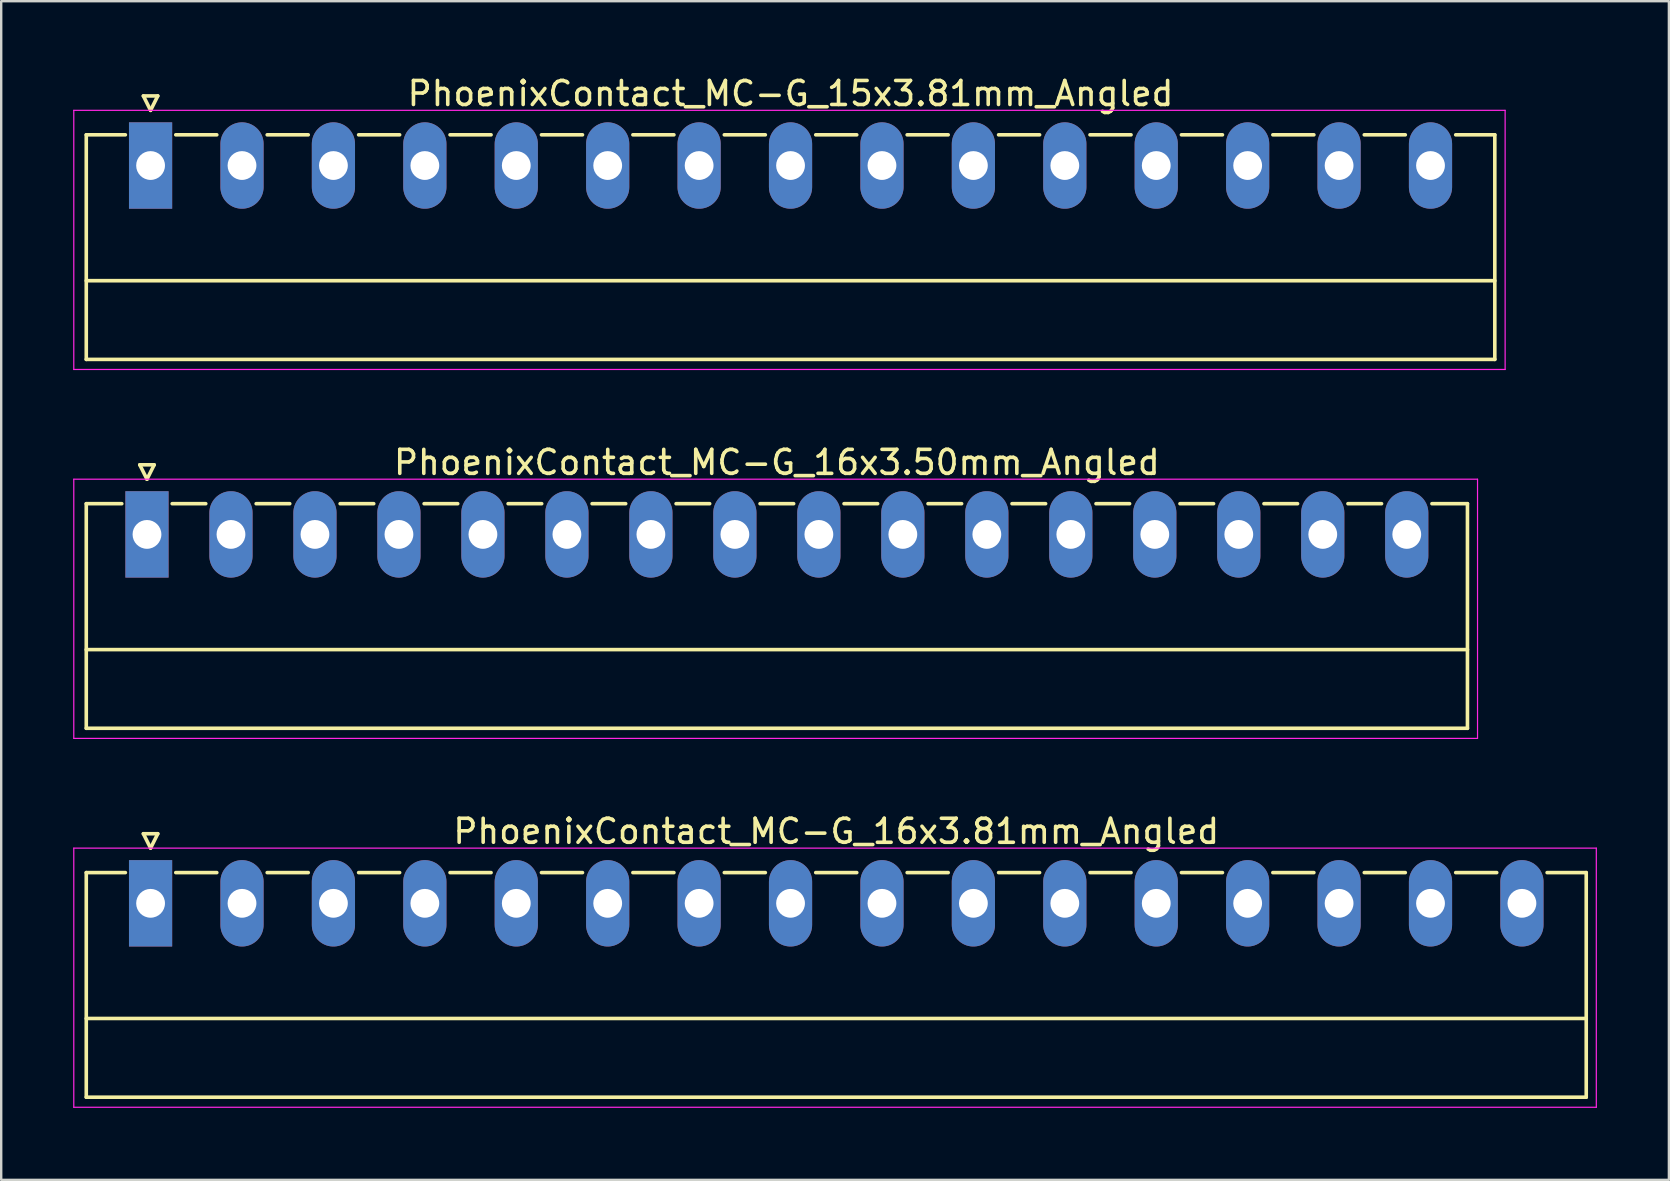
<source format=kicad_pcb>
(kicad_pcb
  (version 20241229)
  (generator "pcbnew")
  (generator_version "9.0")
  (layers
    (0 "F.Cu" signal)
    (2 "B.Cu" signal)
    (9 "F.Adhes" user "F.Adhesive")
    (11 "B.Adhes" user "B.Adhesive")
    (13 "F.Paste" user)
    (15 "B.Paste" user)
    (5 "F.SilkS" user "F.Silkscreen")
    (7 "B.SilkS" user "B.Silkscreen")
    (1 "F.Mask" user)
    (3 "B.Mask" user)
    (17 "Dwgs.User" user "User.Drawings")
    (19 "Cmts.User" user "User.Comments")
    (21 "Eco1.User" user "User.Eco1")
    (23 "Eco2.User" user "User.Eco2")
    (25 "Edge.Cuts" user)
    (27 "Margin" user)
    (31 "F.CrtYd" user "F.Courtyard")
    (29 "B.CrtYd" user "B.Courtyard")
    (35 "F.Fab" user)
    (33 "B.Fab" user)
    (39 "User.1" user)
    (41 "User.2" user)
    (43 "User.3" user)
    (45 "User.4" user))
  (footprint "PhoenixContact_MC-G_16x3.50mm_Angled"
    (layer "F.Cu")
    (at 3.075 19.221)
    (property "Reference" "PhoenixContact_MC-G_16x3.50mm_Angled" (at 26.25 -3 0) (layer "F.SilkS") (effects (font (size 1 1) (thickness 0.15))))
    (attr through_hole)
    (fp_line (start -2.53 -1.28) (end -2.53 8.08) (stroke (width 0.15) (type solid)) (layer "F.SilkS"))
    (fp_line (start -2.53 -1.28) (end -1.05 -1.28) (stroke (width 0.15) (type solid)) (layer "F.SilkS"))
    (fp_line (start -2.53 4.8) (end 55.03 4.8) (stroke (width 0.15) (type solid)) (layer "F.SilkS"))
    (fp_line (start -2.53 8.08) (end 55.03 8.08) (stroke (width 0.15) (type solid)) (layer "F.SilkS"))
    (fp_line (start -0.3 -2.9) (end 0 -2.3) (stroke (width 0.15) (type solid)) (layer "F.SilkS"))
    (fp_line (start 0 -2.3) (end 0.3 -2.9) (stroke (width 0.15) (type solid)) (layer "F.SilkS"))
    (fp_line (start 0.3 -2.9) (end -0.3 -2.9) (stroke (width 0.15) (type solid)) (layer "F.SilkS"))
    (fp_line (start 1.05 -1.28) (end 2.45 -1.28) (stroke (width 0.15) (type solid)) (layer "F.SilkS"))
    (fp_line (start 4.55 -1.28) (end 5.95 -1.28) (stroke (width 0.15) (type solid)) (layer "F.SilkS"))
    (fp_line (start 8.05 -1.28) (end 9.45 -1.28) (stroke (width 0.15) (type solid)) (layer "F.SilkS"))
    (fp_line (start 11.55 -1.28) (end 12.95 -1.28) (stroke (width 0.15) (type solid)) (layer "F.SilkS"))
    (fp_line (start 15.05 -1.28) (end 16.45 -1.28) (stroke (width 0.15) (type solid)) (layer "F.SilkS"))
    (fp_line (start 18.55 -1.28) (end 19.95 -1.28) (stroke (width 0.15) (type solid)) (layer "F.SilkS"))
    (fp_line (start 22.05 -1.28) (end 23.45 -1.28) (stroke (width 0.15) (type solid)) (layer "F.SilkS"))
    (fp_line (start 25.55 -1.28) (end 26.95 -1.28) (stroke (width 0.15) (type solid)) (layer "F.SilkS"))
    (fp_line (start 29.05 -1.28) (end 30.45 -1.28) (stroke (width 0.15) (type solid)) (layer "F.SilkS"))
    (fp_line (start 32.55 -1.28) (end 33.95 -1.28) (stroke (width 0.15) (type solid)) (layer "F.SilkS"))
    (fp_line (start 36.05 -1.28) (end 37.45 -1.28) (stroke (width 0.15) (type solid)) (layer "F.SilkS"))
    (fp_line (start 39.55 -1.28) (end 40.95 -1.28) (stroke (width 0.15) (type solid)) (layer "F.SilkS"))
    (fp_line (start 43.05 -1.28) (end 44.45 -1.28) (stroke (width 0.15) (type solid)) (layer "F.SilkS"))
    (fp_line (start 46.55 -1.28) (end 47.95 -1.28) (stroke (width 0.15) (type solid)) (layer "F.SilkS"))
    (fp_line (start 50.05 -1.28) (end 51.45 -1.28) (stroke (width 0.15) (type solid)) (layer "F.SilkS"))
    (fp_line (start 55.03 -1.28) (end 53.55 -1.28) (stroke (width 0.15) (type solid)) (layer "F.SilkS"))
    (fp_line (start 55.03 8.08) (end 55.03 -1.28) (stroke (width 0.15) (type solid)) (layer "F.SilkS"))
    (fp_line (start -3.05 -2.3) (end -3.05 8.5) (stroke (width 0.05) (type solid)) (layer "F.CrtYd"))
    (fp_line (start -3.05 8.5) (end 55.45 8.5) (stroke (width 0.05) (type solid)) (layer "F.CrtYd"))
    (fp_line (start 55.45 -2.3) (end -3.05 -2.3) (stroke (width 0.05) (type solid)) (layer "F.CrtYd"))
    (fp_line (start 55.45 8.5) (end 55.45 -2.3) (stroke (width 0.05) (type solid)) (layer "F.CrtYd"))
    (pad "1" thru_hole rect (at 0 0) (size 1.8 3.6) (drill 1.2) (layers "*.Cu" "*.Mask"))
    (pad "2" thru_hole oval (at 3.5 0) (size 1.8 3.6) (drill 1.2) (layers "*.Cu" "*.Mask"))
    (pad "3" thru_hole oval (at 7 0) (size 1.8 3.6) (drill 1.2) (layers "*.Cu" "*.Mask"))
    (pad "4" thru_hole oval (at 10.5 0) (size 1.8 3.6) (drill 1.2) (layers "*.Cu" "*.Mask"))
    (pad "5" thru_hole oval (at 14 0) (size 1.8 3.6) (drill 1.2) (layers "*.Cu" "*.Mask"))
    (pad "6" thru_hole oval (at 17.5 0) (size 1.8 3.6) (drill 1.2) (layers "*.Cu" "*.Mask"))
    (pad "7" thru_hole oval (at 21 0) (size 1.8 3.6) (drill 1.2) (layers "*.Cu" "*.Mask"))
    (pad "8" thru_hole oval (at 24.5 0) (size 1.8 3.6) (drill 1.2) (layers "*.Cu" "*.Mask"))
    (pad "9" thru_hole oval (at 28 0) (size 1.8 3.6) (drill 1.2) (layers "*.Cu" "*.Mask"))
    (pad "10" thru_hole oval (at 31.5 0) (size 1.8 3.6) (drill 1.2) (layers "*.Cu" "*.Mask"))
    (pad "11" thru_hole oval (at 35 0) (size 1.8 3.6) (drill 1.2) (layers "*.Cu" "*.Mask"))
    (pad "12" thru_hole oval (at 38.5 0) (size 1.8 3.6) (drill 1.2) (layers "*.Cu" "*.Mask"))
    (pad "13" thru_hole oval (at 42 0) (size 1.8 3.6) (drill 1.2) (layers "*.Cu" "*.Mask"))
    (pad "14" thru_hole oval (at 45.5 0) (size 1.8 3.6) (drill 1.2) (layers "*.Cu" "*.Mask"))
    (pad "15" thru_hole oval (at 49 0) (size 1.8 3.6) (drill 1.2) (layers "*.Cu" "*.Mask"))
    (pad "16" thru_hole oval (at 52.5 0) (size 1.8 3.6) (drill 1.2) (layers "*.Cu" "*.Mask")))
  (footprint "PhoenixContact_MC-G_16x3.81mm_Angled"
    (layer "F.Cu")
    (at 3.225 34.595)
    (property "Reference" "PhoenixContact_MC-G_16x3.81mm_Angled" (at 28.575 -3 0) (layer "F.SilkS") (effects (font (size 1 1) (thickness 0.15))))
    (attr through_hole)
    (fp_line (start -2.68 -1.28) (end -2.68 8.08) (stroke (width 0.15) (type solid)) (layer "F.SilkS"))
    (fp_line (start -2.68 -1.28) (end -1.05 -1.28) (stroke (width 0.15) (type solid)) (layer "F.SilkS"))
    (fp_line (start -2.68 4.8) (end 59.83 4.8) (stroke (width 0.15) (type solid)) (layer "F.SilkS"))
    (fp_line (start -2.68 8.08) (end 59.83 8.08) (stroke (width 0.15) (type solid)) (layer "F.SilkS"))
    (fp_line (start -0.3 -2.9) (end 0 -2.3) (stroke (width 0.15) (type solid)) (layer "F.SilkS"))
    (fp_line (start 0 -2.3) (end 0.3 -2.9) (stroke (width 0.15) (type solid)) (layer "F.SilkS"))
    (fp_line (start 0.3 -2.9) (end -0.3 -2.9) (stroke (width 0.15) (type solid)) (layer "F.SilkS"))
    (fp_line (start 1.05 -1.28) (end 2.76 -1.28) (stroke (width 0.15) (type solid)) (layer "F.SilkS"))
    (fp_line (start 4.86 -1.28) (end 6.57 -1.28) (stroke (width 0.15) (type solid)) (layer "F.SilkS"))
    (fp_line (start 8.67 -1.28) (end 10.38 -1.28) (stroke (width 0.15) (type solid)) (layer "F.SilkS"))
    (fp_line (start 12.48 -1.28) (end 14.19 -1.28) (stroke (width 0.15) (type solid)) (layer "F.SilkS"))
    (fp_line (start 16.29 -1.28) (end 18 -1.28) (stroke (width 0.15) (type solid)) (layer "F.SilkS"))
    (fp_line (start 20.1 -1.28) (end 21.81 -1.28) (stroke (width 0.15) (type solid)) (layer "F.SilkS"))
    (fp_line (start 23.91 -1.28) (end 25.62 -1.28) (stroke (width 0.15) (type solid)) (layer "F.SilkS"))
    (fp_line (start 27.72 -1.28) (end 29.43 -1.28) (stroke (width 0.15) (type solid)) (layer "F.SilkS"))
    (fp_line (start 31.53 -1.28) (end 33.24 -1.28) (stroke (width 0.15) (type solid)) (layer "F.SilkS"))
    (fp_line (start 35.34 -1.28) (end 37.05 -1.28) (stroke (width 0.15) (type solid)) (layer "F.SilkS"))
    (fp_line (start 39.15 -1.28) (end 40.86 -1.28) (stroke (width 0.15) (type solid)) (layer "F.SilkS"))
    (fp_line (start 42.96 -1.28) (end 44.67 -1.28) (stroke (width 0.15) (type solid)) (layer "F.SilkS"))
    (fp_line (start 46.77 -1.28) (end 48.48 -1.28) (stroke (width 0.15) (type solid)) (layer "F.SilkS"))
    (fp_line (start 50.58 -1.28) (end 52.29 -1.28) (stroke (width 0.15) (type solid)) (layer "F.SilkS"))
    (fp_line (start 54.39 -1.28) (end 56.1 -1.28) (stroke (width 0.15) (type solid)) (layer "F.SilkS"))
    (fp_line (start 59.83 -1.28) (end 58.2 -1.28) (stroke (width 0.15) (type solid)) (layer "F.SilkS"))
    (fp_line (start 59.83 8.08) (end 59.83 -1.28) (stroke (width 0.15) (type solid)) (layer "F.SilkS"))
    (fp_line (start -3.2 -2.3) (end -3.2 8.5) (stroke (width 0.05) (type solid)) (layer "F.CrtYd"))
    (fp_line (start -3.2 8.5) (end 60.25 8.5) (stroke (width 0.05) (type solid)) (layer "F.CrtYd"))
    (fp_line (start 60.25 -2.3) (end -3.2 -2.3) (stroke (width 0.05) (type solid)) (layer "F.CrtYd"))
    (fp_line (start 60.25 8.5) (end 60.25 -2.3) (stroke (width 0.05) (type solid)) (layer "F.CrtYd"))
    (pad "1" thru_hole rect (at 0 0) (size 1.8 3.6) (drill 1.2) (layers "*.Cu" "*.Mask"))
    (pad "2" thru_hole oval (at 3.81 0) (size 1.8 3.6) (drill 1.2) (layers "*.Cu" "*.Mask"))
    (pad "3" thru_hole oval (at 7.62 0) (size 1.8 3.6) (drill 1.2) (layers "*.Cu" "*.Mask"))
    (pad "4" thru_hole oval (at 11.43 0) (size 1.8 3.6) (drill 1.2) (layers "*.Cu" "*.Mask"))
    (pad "5" thru_hole oval (at 15.24 0) (size 1.8 3.6) (drill 1.2) (layers "*.Cu" "*.Mask"))
    (pad "6" thru_hole oval (at 19.05 0) (size 1.8 3.6) (drill 1.2) (layers "*.Cu" "*.Mask"))
    (pad "7" thru_hole oval (at 22.86 0) (size 1.8 3.6) (drill 1.2) (layers "*.Cu" "*.Mask"))
    (pad "8" thru_hole oval (at 26.67 0) (size 1.8 3.6) (drill 1.2) (layers "*.Cu" "*.Mask"))
    (pad "9" thru_hole oval (at 30.48 0) (size 1.8 3.6) (drill 1.2) (layers "*.Cu" "*.Mask"))
    (pad "10" thru_hole oval (at 34.29 0) (size 1.8 3.6) (drill 1.2) (layers "*.Cu" "*.Mask"))
    (pad "11" thru_hole oval (at 38.1 0) (size 1.8 3.6) (drill 1.2) (layers "*.Cu" "*.Mask"))
    (pad "12" thru_hole oval (at 41.91 0) (size 1.8 3.6) (drill 1.2) (layers "*.Cu" "*.Mask"))
    (pad "13" thru_hole oval (at 45.72 0) (size 1.8 3.6) (drill 1.2) (layers "*.Cu" "*.Mask"))
    (pad "14" thru_hole oval (at 49.53 0) (size 1.8 3.6) (drill 1.2) (layers "*.Cu" "*.Mask"))
    (pad "15" thru_hole oval (at 53.34 0) (size 1.8 3.6) (drill 1.2) (layers "*.Cu" "*.Mask"))
    (pad "16" thru_hole oval (at 57.15 0) (size 1.8 3.6) (drill 1.2) (layers "*.Cu" "*.Mask")))
  (footprint "PhoenixContact_MC-G_15x3.81mm_Angled"
    (layer "F.Cu")
    (at 3.225 3.848)
    (property "Reference" "PhoenixContact_MC-G_15x3.81mm_Angled" (at 26.67 -3 0) (layer "F.SilkS") (effects (font (size 1 1) (thickness 0.15))))
    (attr through_hole)
    (fp_line (start -2.68 -1.28) (end -2.68 8.08) (stroke (width 0.15) (type solid)) (layer "F.SilkS"))
    (fp_line (start -2.68 -1.28) (end -1.05 -1.28) (stroke (width 0.15) (type solid)) (layer "F.SilkS"))
    (fp_line (start -2.68 4.8) (end 56.02 4.8) (stroke (width 0.15) (type solid)) (layer "F.SilkS"))
    (fp_line (start -2.68 8.08) (end 56.02 8.08) (stroke (width 0.15) (type solid)) (layer "F.SilkS"))
    (fp_line (start -0.3 -2.9) (end 0 -2.3) (stroke (width 0.15) (type solid)) (layer "F.SilkS"))
    (fp_line (start 0 -2.3) (end 0.3 -2.9) (stroke (width 0.15) (type solid)) (layer "F.SilkS"))
    (fp_line (start 0.3 -2.9) (end -0.3 -2.9) (stroke (width 0.15) (type solid)) (layer "F.SilkS"))
    (fp_line (start 1.05 -1.28) (end 2.76 -1.28) (stroke (width 0.15) (type solid)) (layer "F.SilkS"))
    (fp_line (start 4.86 -1.28) (end 6.57 -1.28) (stroke (width 0.15) (type solid)) (layer "F.SilkS"))
    (fp_line (start 8.67 -1.28) (end 10.38 -1.28) (stroke (width 0.15) (type solid)) (layer "F.SilkS"))
    (fp_line (start 12.48 -1.28) (end 14.19 -1.28) (stroke (width 0.15) (type solid)) (layer "F.SilkS"))
    (fp_line (start 16.29 -1.28) (end 18 -1.28) (stroke (width 0.15) (type solid)) (layer "F.SilkS"))
    (fp_line (start 20.1 -1.28) (end 21.81 -1.28) (stroke (width 0.15) (type solid)) (layer "F.SilkS"))
    (fp_line (start 23.91 -1.28) (end 25.62 -1.28) (stroke (width 0.15) (type solid)) (layer "F.SilkS"))
    (fp_line (start 27.72 -1.28) (end 29.43 -1.28) (stroke (width 0.15) (type solid)) (layer "F.SilkS"))
    (fp_line (start 31.53 -1.28) (end 33.24 -1.28) (stroke (width 0.15) (type solid)) (layer "F.SilkS"))
    (fp_line (start 35.34 -1.28) (end 37.05 -1.28) (stroke (width 0.15) (type solid)) (layer "F.SilkS"))
    (fp_line (start 39.15 -1.28) (end 40.86 -1.28) (stroke (width 0.15) (type solid)) (layer "F.SilkS"))
    (fp_line (start 42.96 -1.28) (end 44.67 -1.28) (stroke (width 0.15) (type solid)) (layer "F.SilkS"))
    (fp_line (start 46.77 -1.28) (end 48.48 -1.28) (stroke (width 0.15) (type solid)) (layer "F.SilkS"))
    (fp_line (start 50.58 -1.28) (end 52.29 -1.28) (stroke (width 0.15) (type solid)) (layer "F.SilkS"))
    (fp_line (start 56.02 -1.28) (end 54.39 -1.28) (stroke (width 0.15) (type solid)) (layer "F.SilkS"))
    (fp_line (start 56.02 8.08) (end 56.02 -1.28) (stroke (width 0.15) (type solid)) (layer "F.SilkS"))
    (fp_line (start -3.2 -2.3) (end -3.2 8.5) (stroke (width 0.05) (type solid)) (layer "F.CrtYd"))
    (fp_line (start -3.2 8.5) (end 56.45 8.5) (stroke (width 0.05) (type solid)) (layer "F.CrtYd"))
    (fp_line (start 56.45 -2.3) (end -3.2 -2.3) (stroke (width 0.05) (type solid)) (layer "F.CrtYd"))
    (fp_line (start 56.45 8.5) (end 56.45 -2.3) (stroke (width 0.05) (type solid)) (layer "F.CrtYd"))
    (pad "1" thru_hole rect (at 0 0) (size 1.8 3.6) (drill 1.2) (layers "*.Cu" "*.Mask"))
    (pad "2" thru_hole oval (at 3.81 0) (size 1.8 3.6) (drill 1.2) (layers "*.Cu" "*.Mask"))
    (pad "3" thru_hole oval (at 7.62 0) (size 1.8 3.6) (drill 1.2) (layers "*.Cu" "*.Mask"))
    (pad "4" thru_hole oval (at 11.43 0) (size 1.8 3.6) (drill 1.2) (layers "*.Cu" "*.Mask"))
    (pad "5" thru_hole oval (at 15.24 0) (size 1.8 3.6) (drill 1.2) (layers "*.Cu" "*.Mask"))
    (pad "6" thru_hole oval (at 19.05 0) (size 1.8 3.6) (drill 1.2) (layers "*.Cu" "*.Mask"))
    (pad "7" thru_hole oval (at 22.86 0) (size 1.8 3.6) (drill 1.2) (layers "*.Cu" "*.Mask"))
    (pad "8" thru_hole oval (at 26.67 0) (size 1.8 3.6) (drill 1.2) (layers "*.Cu" "*.Mask"))
    (pad "9" thru_hole oval (at 30.48 0) (size 1.8 3.6) (drill 1.2) (layers "*.Cu" "*.Mask"))
    (pad "10" thru_hole oval (at 34.29 0) (size 1.8 3.6) (drill 1.2) (layers "*.Cu" "*.Mask"))
    (pad "11" thru_hole oval (at 38.1 0) (size 1.8 3.6) (drill 1.2) (layers "*.Cu" "*.Mask"))
    (pad "12" thru_hole oval (at 41.91 0) (size 1.8 3.6) (drill 1.2) (layers "*.Cu" "*.Mask"))
    (pad "13" thru_hole oval (at 45.72 0) (size 1.8 3.6) (drill 1.2) (layers "*.Cu" "*.Mask"))
    (pad "14" thru_hole oval (at 49.53 0) (size 1.8 3.6) (drill 1.2) (layers "*.Cu" "*.Mask"))
    (pad "15" thru_hole oval (at 53.34 0) (size 1.8 3.6) (drill 1.2) (layers "*.Cu" "*.Mask")))
  (gr_rect
    (start -3 -3)
    (end 66.5 46.12)
    (stroke (width 0.1) (type default))
    (fill no)
    (layer "Edge.Cuts")))
</source>
